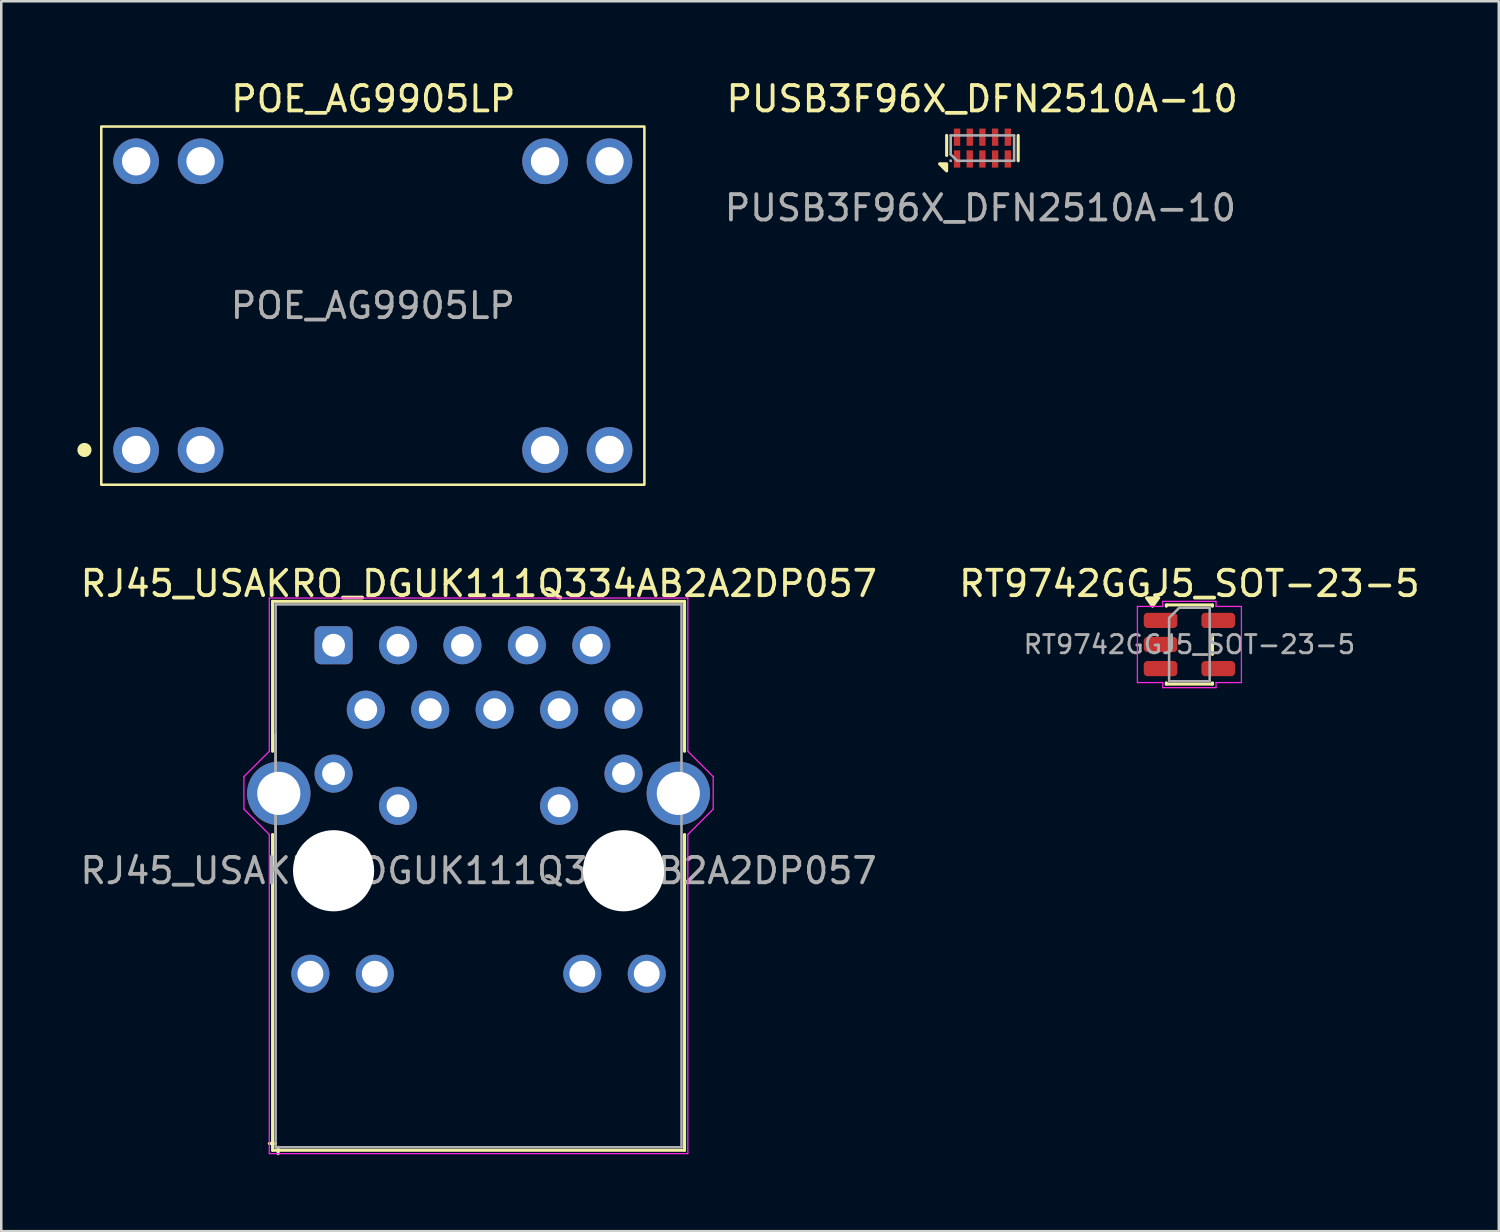
<source format=kicad_pcb>
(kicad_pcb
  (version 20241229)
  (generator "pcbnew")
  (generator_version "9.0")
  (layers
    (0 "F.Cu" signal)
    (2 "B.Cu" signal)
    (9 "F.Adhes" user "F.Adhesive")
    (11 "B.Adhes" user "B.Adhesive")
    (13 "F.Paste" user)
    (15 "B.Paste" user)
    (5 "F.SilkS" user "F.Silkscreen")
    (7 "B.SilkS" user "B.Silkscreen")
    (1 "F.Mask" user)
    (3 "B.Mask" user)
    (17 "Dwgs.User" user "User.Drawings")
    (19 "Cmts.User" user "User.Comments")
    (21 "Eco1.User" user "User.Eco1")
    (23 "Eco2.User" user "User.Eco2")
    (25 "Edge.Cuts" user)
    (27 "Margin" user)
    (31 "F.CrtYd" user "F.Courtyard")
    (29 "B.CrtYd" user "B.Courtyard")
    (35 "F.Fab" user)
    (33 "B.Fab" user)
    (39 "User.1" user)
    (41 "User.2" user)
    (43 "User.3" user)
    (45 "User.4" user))
  (footprint "RJ45_USAKRO_DGUK111Q334AB2A2DP057"
    (layer "F.Cu")
    (at 15.815 31.276)
    (property "Reference" "RJ45_USAKRO_DGUK111Q334AB2A2DP057" (at 0.01 -11.32 0) (layer "F.SilkS") (effects (font (size 1 1) (thickness 0.15))))
    (attr through_hole)
    (fp_line (start -8.12 -10.62) (end -8.12 -4.71) (stroke (width 0.12) (type solid)) (layer "F.SilkS"))
    (fp_line (start -8.12 -10.62) (end 8.12 -10.62) (stroke (width 0.12) (type solid)) (layer "F.SilkS"))
    (fp_line (start -8.12 -1.43) (end -8.12 11.02) (stroke (width 0.12) (type solid)) (layer "F.SilkS"))
    (fp_line (start -8 10.75) (end -8.25 10.75) (stroke (width 0.12) (type solid)) (layer "F.SilkS"))
    (fp_line (start -7.9 10.9) (end -7.9 11.15) (stroke (width 0.12) (type solid)) (layer "F.SilkS"))
    (fp_line (start 8.12 -10.62) (end 8.12 -4.71) (stroke (width 0.12) (type solid)) (layer "F.SilkS"))
    (fp_line (start 8.12 -1.43) (end 8.12 11.02) (stroke (width 0.12) (type solid)) (layer "F.SilkS"))
    (fp_line (start 8.12 11.02) (end -8.12 11.02) (stroke (width 0.12) (type solid)) (layer "F.SilkS"))
    (fp_line (start -9.25 -2.43) (end -9.25 -3.71) (stroke (width 0.05) (type solid)) (layer "F.CrtYd"))
    (fp_line (start -9.25 -2.43) (end -8.25 -1.43) (stroke (width 0.05) (type solid)) (layer "F.CrtYd"))
    (fp_line (start -8.25 -10.75) (end 8.25 -10.75) (stroke (width 0.05) (type solid)) (layer "F.CrtYd"))
    (fp_line (start -8.25 -4.71) (end -9.25 -3.71) (stroke (width 0.05) (type solid)) (layer "F.CrtYd"))
    (fp_line (start -8.25 -4.71) (end -8.25 -10.75) (stroke (width 0.05) (type solid)) (layer "F.CrtYd"))
    (fp_line (start -8.25 -1.43) (end -8.25 11.15) (stroke (width 0.05) (type solid)) (layer "F.CrtYd"))
    (fp_line (start -8.25 11.15) (end 8.25 11.15) (stroke (width 0.05) (type solid)) (layer "F.CrtYd"))
    (fp_line (start 8.25 -4.71) (end 8.25 -10.75) (stroke (width 0.05) (type solid)) (layer "F.CrtYd"))
    (fp_line (start 8.25 -4.71) (end 9.25 -3.71) (stroke (width 0.05) (type solid)) (layer "F.CrtYd"))
    (fp_line (start 8.25 -1.43) (end 8.25 11.15) (stroke (width 0.05) (type solid)) (layer "F.CrtYd"))
    (fp_line (start 9.25 -2.43) (end 8.25 -1.43) (stroke (width 0.05) (type solid)) (layer "F.CrtYd"))
    (fp_line (start 9.25 -2.43) (end 9.25 -3.71) (stroke (width 0.05) (type solid)) (layer "F.CrtYd"))
    (fp_line (start -8 -10.5) (end -8 0) (stroke (width 0.1) (type solid)) (layer "F.Fab"))
    (fp_line (start -8 -10.5) (end 8 -10.5) (stroke (width 0.1) (type solid)) (layer "F.Fab"))
    (fp_line (start -8 -5.37) (end -8 10.9) (stroke (width 0.1) (type solid)) (layer "F.Fab"))
    (fp_line (start -8 10.9) (end 8 10.9) (stroke (width 0.1) (type solid)) (layer "F.Fab"))
    (fp_line (start 8 -10.5) (end 8 10.9) (stroke (width 0.1) (type solid)) (layer "F.Fab"))
    (fp_text user "${REFERENCE}" (at 0 0 0) (layer "F.Fab") (effects (font (size 1 1) (thickness 0.15))))
    (pad "" np_thru_hole circle (at -5.715 0) (size 3.2 3.2) (drill 3.2) (layers "*.Cu" "*.Mask"))
    (pad "" np_thru_hole circle (at 5.715 0) (size 3.2 3.2) (drill 3.2) (layers "*.Cu" "*.Mask"))
    (pad "1" thru_hole roundrect (at -5.715 -8.89) (size 1.5 1.5) (drill 0.9) (layers "*.Cu" "*.Mask") (roundrect_rratio 0.167))
    (pad "2" thru_hole circle (at -4.445 -6.35) (size 1.5 1.5) (drill 0.9) (layers "*.Cu" "*.Mask"))
    (pad "3" thru_hole circle (at -3.175 -8.89) (size 1.5 1.5) (drill 0.9) (layers "*.Cu" "*.Mask"))
    (pad "4" thru_hole circle (at -1.905 -6.35) (size 1.5 1.5) (drill 0.9) (layers "*.Cu" "*.Mask"))
    (pad "5" thru_hole circle (at -0.635 -8.89) (size 1.5 1.5) (drill 0.9) (layers "*.Cu" "*.Mask"))
    (pad "6" thru_hole circle (at 0.635 -6.35 90) (size 1.5 1.5) (drill 0.9) (layers "*.Cu" "*.Mask"))
    (pad "7" thru_hole circle (at 1.905 -8.89) (size 1.5 1.5) (drill 0.9) (layers "*.Cu" "*.Mask"))
    (pad "8" thru_hole circle (at 3.175 -6.35) (size 1.5 1.5) (drill 0.9) (layers "*.Cu" "*.Mask"))
    (pad "9" thru_hole circle (at 4.445 -8.89) (size 1.5 1.5) (drill 0.9) (layers "*.Cu" "*.Mask"))
    (pad "10" thru_hole circle (at 5.715 -6.35) (size 1.5 1.5) (drill 0.9) (layers "*.Cu" "*.Mask"))
    (pad "11" thru_hole circle (at -5.715 -3.83) (size 1.5 1.5) (drill 0.9) (layers "*.Cu" "*.Mask"))
    (pad "12" thru_hole circle (at -3.175 -2.56) (size 1.5 1.5) (drill 0.9) (layers "*.Cu" "*.Mask"))
    (pad "13" thru_hole circle (at 3.175 -2.56) (size 1.5 1.5) (drill 0.9) (layers "*.Cu" "*.Mask"))
    (pad "14" thru_hole circle (at 5.715 -3.83) (size 1.5 1.5) (drill 0.9) (layers "*.Cu" "*.Mask"))
    (pad "15" thru_hole circle (at -6.63 4.06) (size 1.5 1.5) (drill 1.02) (layers "*.Cu" "*.Mask"))
    (pad "16" thru_hole circle (at -4.09 4.06) (size 1.5 1.5) (drill 1.02) (layers "*.Cu" "*.Mask"))
    (pad "17" thru_hole circle (at 4.09 4.06) (size 1.5 1.5) (drill 1.02) (layers "*.Cu" "*.Mask"))
    (pad "18" thru_hole circle (at 6.63 4.06) (size 1.5 1.5) (drill 1.02) (layers "*.Cu" "*.Mask"))
    (pad "19" thru_hole circle (at -7.875 -3.05) (size 2.5 2.5) (drill 1.7) (layers "*.Cu" "*.Mask"))
    (pad "20" thru_hole circle (at 7.875 -3.05) (size 2.5 2.5) (drill 1.7) (layers "*.Cu" "*.Mask")))
  (footprint "RT9742GGJ5_SOT-23-5"
    (layer "F.Cu")
    (at 43.837 22.357)
    (property "Reference" "RT9742GGJ5_SOT-23-5" (at 0 -2.4 0) (layer "F.SilkS") (effects (font (size 1 1) (thickness 0.15))))
    (attr smd)
    (fp_line (start -0.91 -1.56) (end 0.91 -1.56) (stroke (width 0.12) (type solid)) (layer "F.SilkS"))
    (fp_line (start -0.91 -1.51) (end -0.91 -1.56) (stroke (width 0.12) (type solid)) (layer "F.SilkS"))
    (fp_line (start -0.91 1.56) (end -0.91 1.51) (stroke (width 0.12) (type solid)) (layer "F.SilkS"))
    (fp_line (start 0.91 -1.56) (end 0.91 -1.51) (stroke (width 0.12) (type solid)) (layer "F.SilkS"))
    (fp_line (start 0.91 -0.39) (end 0.91 0.39) (stroke (width 0.12) (type solid)) (layer "F.SilkS"))
    (fp_line (start 0.91 1.51) (end 0.91 1.56) (stroke (width 0.12) (type solid)) (layer "F.SilkS"))
    (fp_line (start 0.91 1.56) (end -0.91 1.56) (stroke (width 0.12) (type solid)) (layer "F.SilkS"))
    (fp_poly (pts (xy -1.45 -1.51) (xy -1.69 -1.84) (xy -1.21 -1.84)) (stroke (width 0.12) (type solid)) (fill yes) (layer "F.SilkS"))
    (fp_line (start -2.05 -1.5) (end -1.05 -1.5) (stroke (width 0.05) (type solid)) (layer "F.CrtYd"))
    (fp_line (start -2.05 1.5) (end -2.05 -1.5) (stroke (width 0.05) (type solid)) (layer "F.CrtYd"))
    (fp_line (start -1.05 -1.7) (end 1.05 -1.7) (stroke (width 0.05) (type solid)) (layer "F.CrtYd"))
    (fp_line (start -1.05 -1.5) (end -1.05 -1.7) (stroke (width 0.05) (type solid)) (layer "F.CrtYd"))
    (fp_line (start -1.05 1.5) (end -2.05 1.5) (stroke (width 0.05) (type solid)) (layer "F.CrtYd"))
    (fp_line (start -1.05 1.7) (end -1.05 1.5) (stroke (width 0.05) (type solid)) (layer "F.CrtYd"))
    (fp_line (start 1.05 -1.7) (end 1.05 -1.5) (stroke (width 0.05) (type solid)) (layer "F.CrtYd"))
    (fp_line (start 1.05 -1.5) (end 2.05 -1.5) (stroke (width 0.05) (type solid)) (layer "F.CrtYd"))
    (fp_line (start 1.05 1.5) (end 1.05 1.7) (stroke (width 0.05) (type solid)) (layer "F.CrtYd"))
    (fp_line (start 1.05 1.7) (end -1.05 1.7) (stroke (width 0.05) (type solid)) (layer "F.CrtYd"))
    (fp_line (start 2.05 -1.5) (end 2.05 1.5) (stroke (width 0.05) (type solid)) (layer "F.CrtYd"))
    (fp_line (start 2.05 1.5) (end 1.05 1.5) (stroke (width 0.05) (type solid)) (layer "F.CrtYd"))
    (fp_poly (pts (xy -0.8 -1.05) (xy -0.8 1.45) (xy 0.8 1.45) (xy 0.8 -1.45) (xy -0.4 -1.45)) (stroke (width 0.1) (type solid)) (fill no) (layer "F.Fab"))
    (fp_text user "${REFERENCE}" (at 0 0 180) (layer "F.Fab") (effects (font (size 0.72 0.72) (thickness 0.11))))
    (pad "1" smd roundrect (at -1.137 -0.95) (size 1.325 0.6) (layers "F.Cu" "F.Mask" "F.Paste") (roundrect_rratio 0.25))
    (pad "2" smd roundrect (at -1.137 0) (size 1.325 0.6) (layers "F.Cu" "F.Mask" "F.Paste") (roundrect_rratio 0.25))
    (pad "3" smd roundrect (at -1.137 0.95) (size 1.325 0.6) (layers "F.Cu" "F.Mask" "F.Paste") (roundrect_rratio 0.25))
    (pad "4" smd roundrect (at 1.137 0.95) (size 1.325 0.6) (layers "F.Cu" "F.Mask" "F.Paste") (roundrect_rratio 0.25))
    (pad "5" smd roundrect (at 1.137 -0.95) (size 1.325 0.6) (layers "F.Cu" "F.Mask" "F.Paste") (roundrect_rratio 0.25)))
  (footprint "POE_AG9905LP"
    (layer "F.Cu")
    (at 11.647 8.998)
    (property "Reference" "POE_AG9905LP" (at 0.02 -8.15 0) (unlocked yes) (layer "F.SilkS") (effects (font (size 1 1) (thickness 0.15))))
    (attr through_hole)
    (fp_rect (start -10.705 -7.06) (end 10.705 7.06) (stroke (width 0.1) (type solid)) (fill no) (layer "F.SilkS"))
    (fp_circle (center -11.368 5.69) (end -11.258 5.89) (stroke (width 0.1) (type solid)) (fill yes) (layer "F.SilkS"))
    (fp_text user "${REFERENCE}" (at 0 0 0) (unlocked yes) (layer "F.Fab") (effects (font (size 1 1) (thickness 0.15))))
    (pad "1" thru_hole circle (at -9.33 5.69) (size 1.8 1.8) (drill 1.12) (layers "*.Cu" "*.Mask"))
    (pad "1" thru_hole circle (at -6.79 5.69) (size 1.8 1.8) (drill 1.12) (layers "*.Cu" "*.Mask"))
    (pad "2" thru_hole circle (at 6.79 5.69) (size 1.8 1.8) (drill 1.12) (layers "*.Cu" "*.Mask"))
    (pad "3" thru_hole circle (at 9.33 5.69) (size 1.8 1.8) (drill 1.12) (layers "*.Cu" "*.Mask"))
    (pad "4" thru_hole circle (at 6.79 -5.69) (size 1.8 1.8) (drill 1.12) (layers "*.Cu" "*.Mask"))
    (pad "4" thru_hole circle (at 9.33 -5.69) (size 1.8 1.8) (drill 1.12) (layers "*.Cu" "*.Mask"))
    (pad "5" thru_hole circle (at -9.33 -5.69) (size 1.8 1.8) (drill 1.12) (layers "*.Cu" "*.Mask"))
    (pad "5" thru_hole circle (at -6.79 -5.69) (size 1.8 1.8) (drill 1.12) (layers "*.Cu" "*.Mask")))
  (footprint "PUSB3F96X_DFN2510A-10"
    (layer "F.Cu")
    (at 35.678 2.788)
    (property "Reference" "PUSB3F96X_DFN2510A-10" (at -0.01 -1.94 180) (layer "F.SilkS") (effects (font (size 1 1) (thickness 0.15))))
    (attr smd)
    (fp_line (start -1.41 -0.5) (end -1.41 0.29) (stroke (width 0.12) (type solid)) (layer "F.SilkS"))
    (fp_line (start 1.41 -0.5) (end 1.41 0.5) (stroke (width 0.12) (type solid)) (layer "F.SilkS"))
    (fp_poly (pts (xy -1.41 0.62) (xy -1.41 0.9) (xy -1.69 0.62) (xy -1.41 0.62)) (stroke (width 0.12) (type solid)) (fill yes) (layer "F.SilkS"))
    (fp_line (start -1.25 -0.5) (end -1.25 0.25) (stroke (width 0.1) (type solid)) (layer "F.Fab"))
    (fp_line (start -1.25 -0.5) (end 1.25 -0.5) (stroke (width 0.1) (type solid)) (layer "F.Fab"))
    (fp_line (start -1.25 0.25) (end -1 0.5) (stroke (width 0.1) (type solid)) (layer "F.Fab"))
    (fp_line (start -1 0.5) (end 1.25 0.5) (stroke (width 0.1) (type solid)) (layer "F.Fab"))
    (fp_line (start 1.25 0.5) (end 1.25 -0.5) (stroke (width 0.1) (type solid)) (layer "F.Fab"))
    (fp_circle (center -1.25 0.5) (end -1.22 0.5) (stroke (width 0.06) (type solid)) (fill no) (layer "F.Fab"))
    (fp_text user "${REFERENCE}" (at -0.08 2.36 180) (layer "F.Fab") (effects (font (size 1 1) (thickness 0.15))))
    (pad "1" smd rect (at -1 0.43) (size 0.25 0.68) (layers "F.Cu" "F.Mask" "F.Paste"))
    (pad "2" smd rect (at -0.5 0.43) (size 0.25 0.68) (layers "F.Cu" "F.Mask" "F.Paste"))
    (pad "3" smd rect (at 0 0.43) (size 0.25 0.68) (layers "F.Cu" "F.Mask" "F.Paste"))
    (pad "4" smd rect (at 0.5 0.43) (size 0.25 0.68) (layers "F.Cu" "F.Mask" "F.Paste"))
    (pad "5" smd rect (at 1 0.43) (size 0.25 0.68) (layers "F.Cu" "F.Mask" "F.Paste"))
    (pad "6" smd rect (at 1 -0.43) (size 0.25 0.68) (layers "F.Cu" "F.Mask" "F.Paste"))
    (pad "7" smd rect (at 0.5 -0.43) (size 0.25 0.68) (layers "F.Cu" "F.Mask" "F.Paste"))
    (pad "8" smd rect (at 0 -0.43) (size 0.25 0.68) (layers "F.Cu" "F.Mask" "F.Paste"))
    (pad "9" smd rect (at -0.5 -0.43) (size 0.25 0.68) (layers "F.Cu" "F.Mask" "F.Paste"))
    (pad "10" smd rect (at -1 -0.43) (size 0.25 0.68) (layers "F.Cu" "F.Mask" "F.Paste")))
  (gr_rect
    (start -3 -3)
    (end 56.034 45.486)
    (stroke (width 0.1) (type default))
    (fill no)
    (layer "Edge.Cuts")))
</source>
